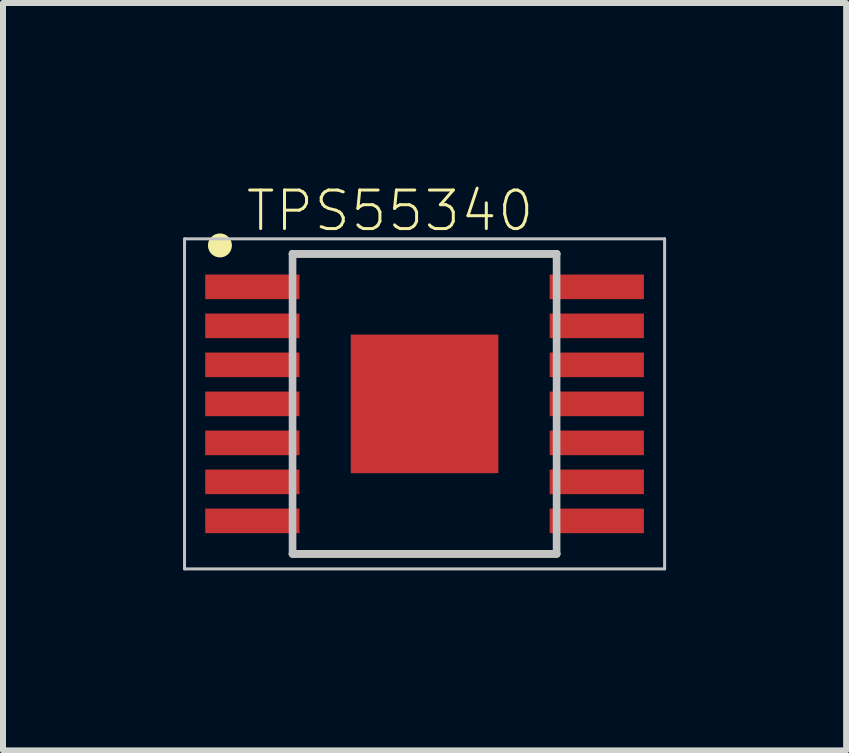
<source format=kicad_pcb>
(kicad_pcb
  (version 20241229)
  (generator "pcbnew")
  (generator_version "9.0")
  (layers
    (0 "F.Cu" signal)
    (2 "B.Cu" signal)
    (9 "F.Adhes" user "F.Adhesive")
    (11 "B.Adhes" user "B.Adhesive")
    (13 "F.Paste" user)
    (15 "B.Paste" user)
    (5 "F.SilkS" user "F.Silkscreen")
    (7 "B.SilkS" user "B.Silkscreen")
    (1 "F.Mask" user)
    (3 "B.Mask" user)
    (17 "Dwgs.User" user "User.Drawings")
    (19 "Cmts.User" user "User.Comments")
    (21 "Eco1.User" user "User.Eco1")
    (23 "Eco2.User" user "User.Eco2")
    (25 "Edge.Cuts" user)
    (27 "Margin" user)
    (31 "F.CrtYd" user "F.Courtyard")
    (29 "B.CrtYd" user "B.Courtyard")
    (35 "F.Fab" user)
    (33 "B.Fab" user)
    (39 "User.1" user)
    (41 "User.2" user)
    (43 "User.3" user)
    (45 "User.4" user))
  (footprint "TPS55340"
    (layer "F.Cu")
    (at 4.025 3.68)
    (property "Reference" "TPS55340" (at -0.576 -3.216 0) (layer "F.SilkS") (effects (font (size 0.642 0.642) (thickness 0.05))))
    (attr smd)
    (fp_poly (pts (xy -1.705 -2.5) (xy 1.7 -2.5) (xy 1.7 2.508) (xy -1.705 2.508)) (stroke (width 0.381) (type solid)) (fill yes) (layer "F.Mask"))
    (fp_line (start -2.2 -2.5) (end 2.2 -2.5) (stroke (width 0.127) (type solid)) (layer "F.SilkS"))
    (fp_line (start -2.2 2.5) (end 2.2 2.5) (stroke (width 0.127) (type solid)) (layer "F.SilkS"))
    (fp_circle (center -3.41 -2.64) (end -3.31 -2.64) (stroke (width 0.2) (type solid)) (fill no) (layer "F.SilkS"))
    (fp_poly (pts (xy -0.803 -0.75) (xy 0.8 -0.75) (xy 0.8 0.753) (xy -0.803 0.753)) (stroke (width 0.381) (type solid)) (fill yes) (layer "F.Paste"))
    (fp_line (start -4 -2.75) (end 4 -2.75) (stroke (width 0.05) (type solid)) (layer "Dwgs.User"))
    (fp_line (start -4 2.75) (end -4 -2.75) (stroke (width 0.05) (type solid)) (layer "Dwgs.User"))
    (fp_line (start -2.2 -2.5) (end 2.2 -2.5) (stroke (width 0.127) (type solid)) (layer "Dwgs.User"))
    (fp_line (start -2.2 2.5) (end -2.2 -2.5) (stroke (width 0.127) (type solid)) (layer "Dwgs.User"))
    (fp_line (start 2.2 -2.5) (end 2.2 2.5) (stroke (width 0.127) (type solid)) (layer "Dwgs.User"))
    (fp_line (start 2.2 2.5) (end -2.2 2.5) (stroke (width 0.127) (type solid)) (layer "Dwgs.User"))
    (fp_line (start 4 -2.75) (end 4 2.75) (stroke (width 0.05) (type solid)) (layer "Dwgs.User"))
    (fp_line (start 4 2.75) (end -4 2.75) (stroke (width 0.05) (type solid)) (layer "Dwgs.User"))
    (pad "1" smd rect (at -2.87 -1.95) (size 1.57 0.41) (layers "F.Cu" "F.Mask" "F.Paste"))
    (pad "2" smd rect (at -2.87 -1.3) (size 1.57 0.41) (layers "F.Cu" "F.Mask" "F.Paste"))
    (pad "3" smd rect (at -2.87 -0.65) (size 1.57 0.41) (layers "F.Cu" "F.Mask" "F.Paste"))
    (pad "4" smd rect (at -2.87 0) (size 1.57 0.41) (layers "F.Cu" "F.Mask" "F.Paste"))
    (pad "5" smd rect (at -2.87 0.65) (size 1.57 0.41) (layers "F.Cu" "F.Mask" "F.Paste"))
    (pad "6" smd rect (at -2.87 1.3) (size 1.57 0.41) (layers "F.Cu" "F.Mask" "F.Paste"))
    (pad "7" smd rect (at -2.87 1.95) (size 1.57 0.41) (layers "F.Cu" "F.Mask" "F.Paste"))
    (pad "8" smd rect (at 2.87 1.95) (size 1.57 0.41) (layers "F.Cu" "F.Mask" "F.Paste"))
    (pad "9" smd rect (at 2.87 1.3) (size 1.57 0.41) (layers "F.Cu" "F.Mask" "F.Paste"))
    (pad "10" smd rect (at 2.87 0.65) (size 1.57 0.41) (layers "F.Cu" "F.Mask" "F.Paste"))
    (pad "11" smd rect (at 2.87 0) (size 1.57 0.41) (layers "F.Cu" "F.Mask" "F.Paste"))
    (pad "12" smd rect (at 2.87 -0.65) (size 1.57 0.41) (layers "F.Cu" "F.Mask" "F.Paste"))
    (pad "13" smd rect (at 2.87 -1.3) (size 1.57 0.41) (layers "F.Cu" "F.Mask" "F.Paste"))
    (pad "14" smd rect (at 2.87 -1.95) (size 1.57 0.41) (layers "F.Cu" "F.Mask" "F.Paste"))
    (pad "15" smd rect (at 0 0) (size 2.46 2.31) (layers "F.Cu" "F.Mask" "F.Paste")))
  (gr_rect
    (start -3 -3)
    (end 11.05 9.455)
    (stroke (width 0.1) (type default))
    (fill no)
    (layer "Edge.Cuts")))
</source>
